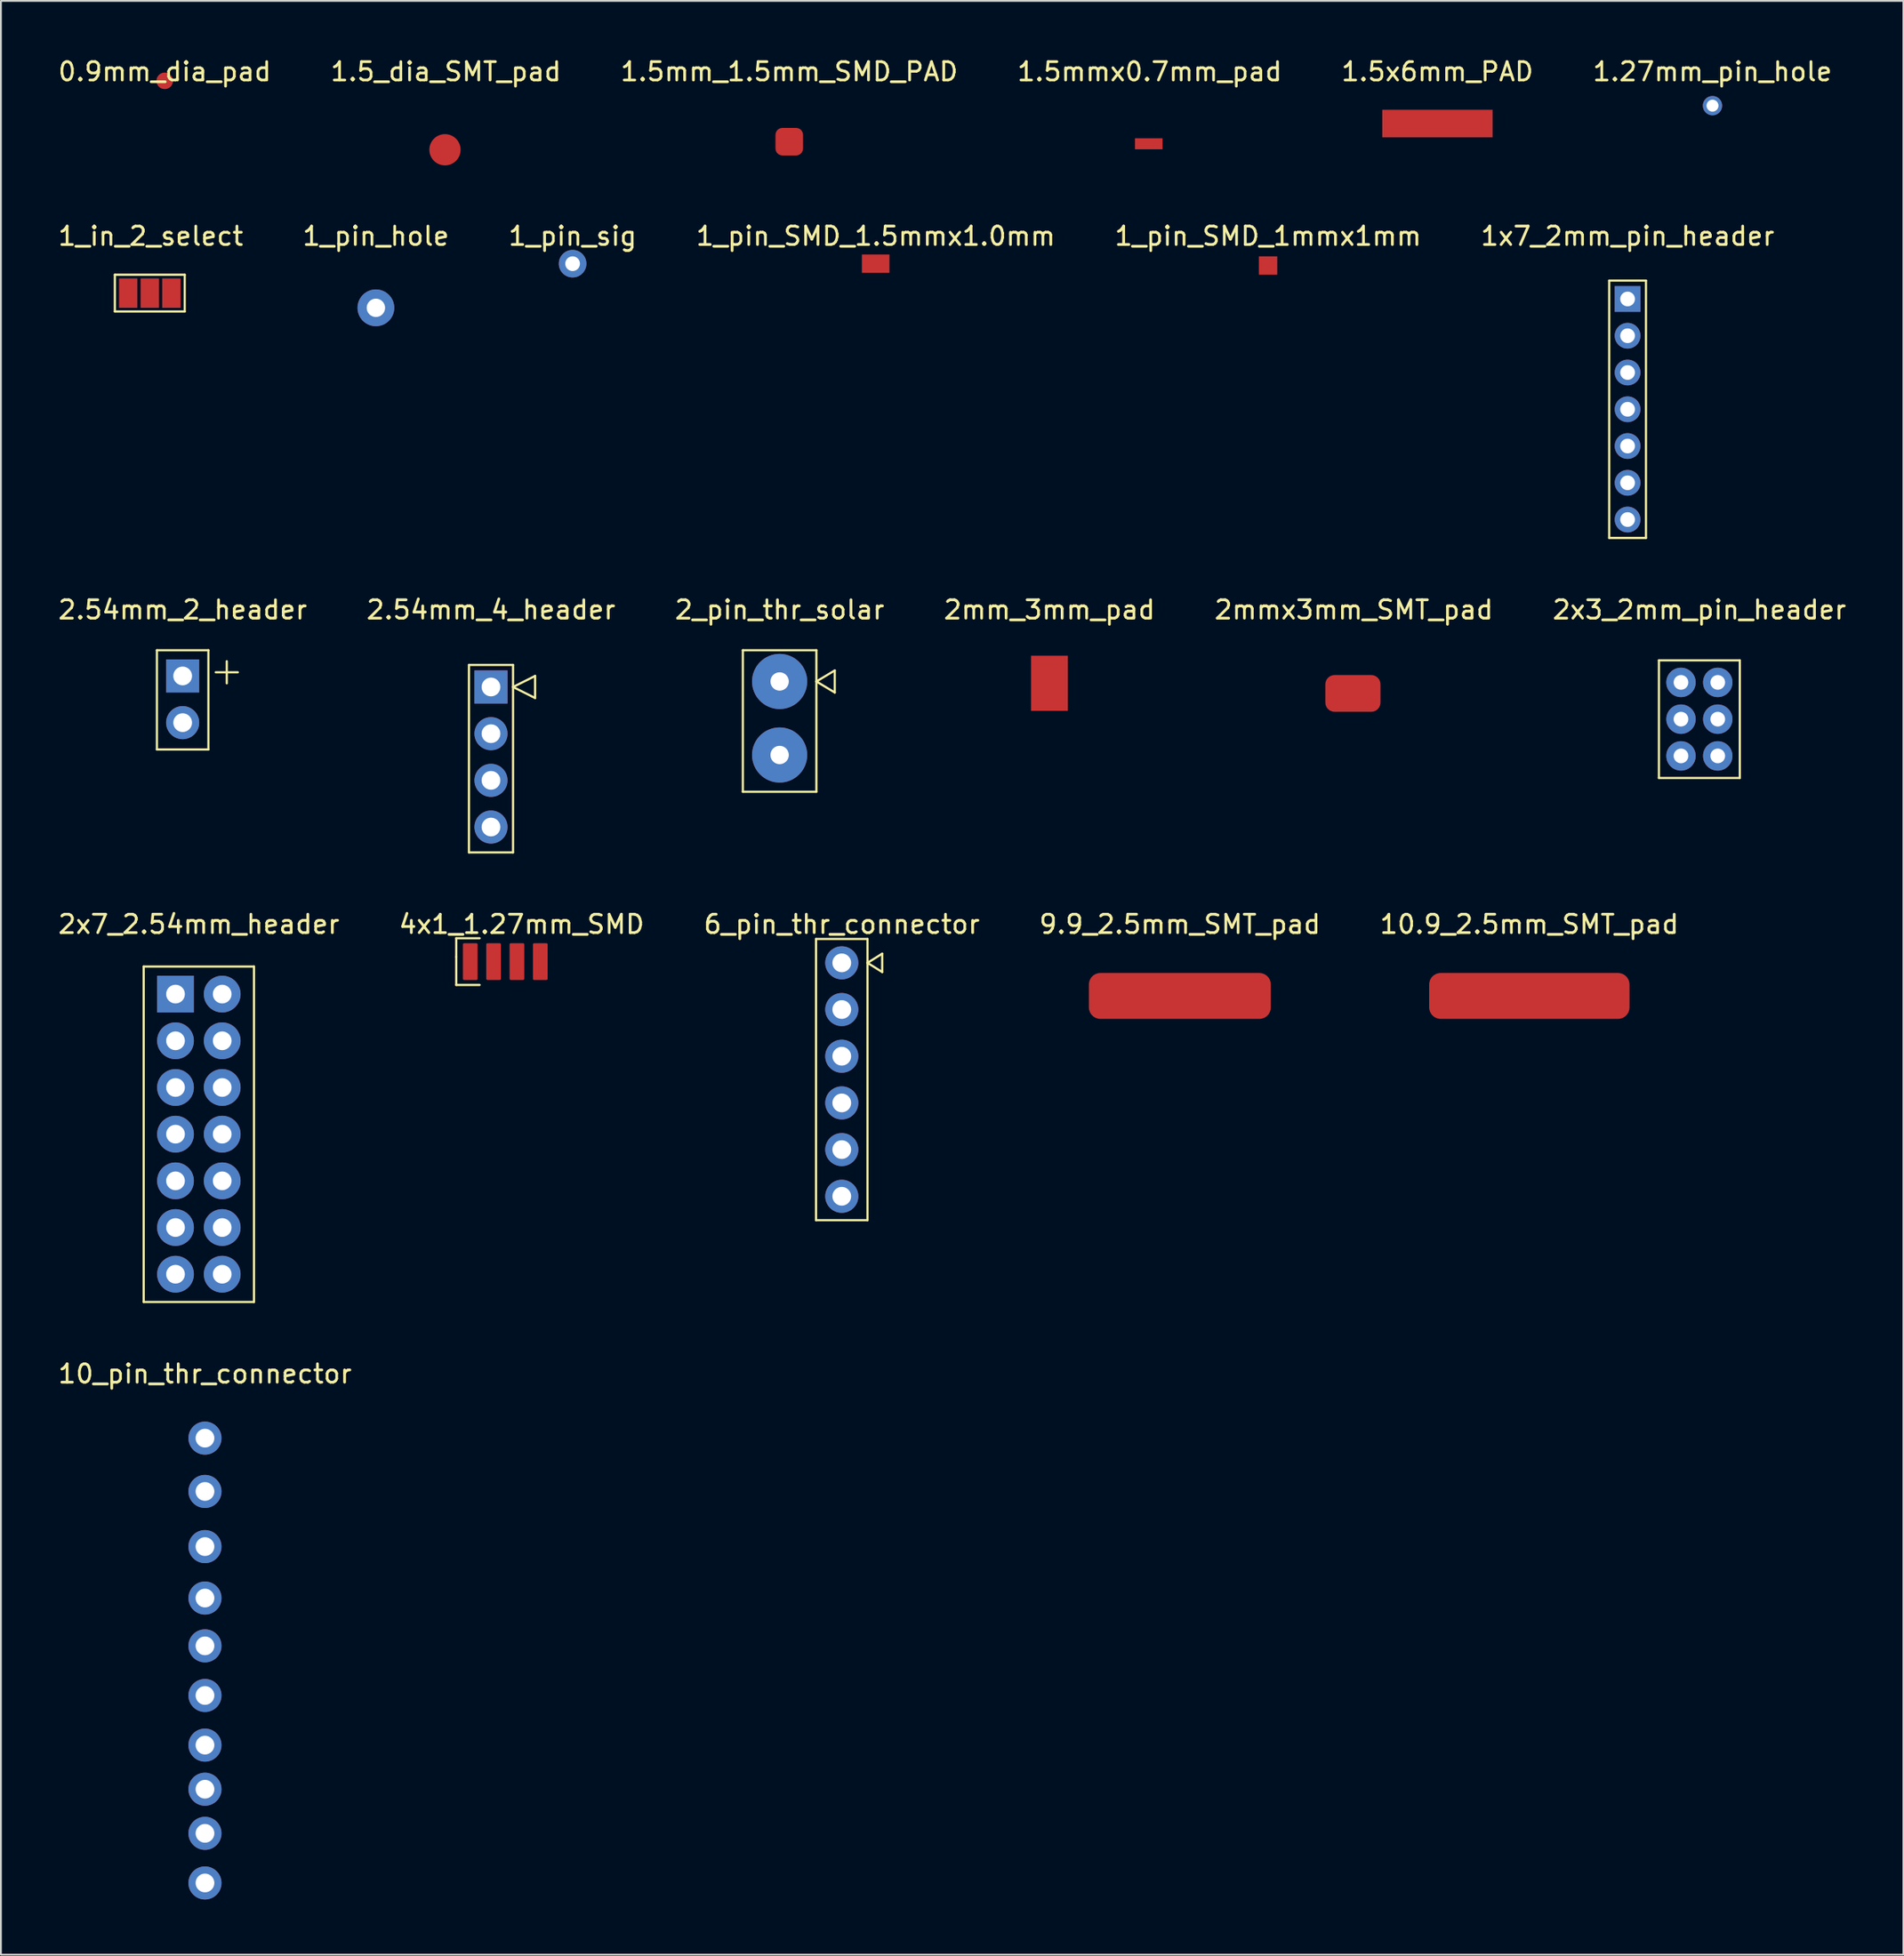
<source format=kicad_pcb>
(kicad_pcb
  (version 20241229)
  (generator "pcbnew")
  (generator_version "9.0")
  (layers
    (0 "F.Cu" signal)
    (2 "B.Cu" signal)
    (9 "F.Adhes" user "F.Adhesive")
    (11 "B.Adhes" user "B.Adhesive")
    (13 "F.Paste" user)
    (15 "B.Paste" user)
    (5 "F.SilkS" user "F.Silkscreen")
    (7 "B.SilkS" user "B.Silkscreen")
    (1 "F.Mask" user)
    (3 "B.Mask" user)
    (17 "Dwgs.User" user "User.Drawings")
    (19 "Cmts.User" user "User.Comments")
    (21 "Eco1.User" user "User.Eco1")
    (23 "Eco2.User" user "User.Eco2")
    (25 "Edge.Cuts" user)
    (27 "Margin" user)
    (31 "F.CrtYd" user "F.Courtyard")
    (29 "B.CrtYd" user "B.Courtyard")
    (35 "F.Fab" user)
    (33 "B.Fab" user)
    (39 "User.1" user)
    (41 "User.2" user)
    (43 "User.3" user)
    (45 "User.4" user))
  (footprint "6_pin_thr_connector"
    (layer "F.Cu")
    (at 42.744 49.333)
    (property "Reference" "6_pin_thr_connector" (at 0 -2.1 0) (layer "F.SilkS") (effects (font (size 1 1) (thickness 0.15))))
    (attr through_hole)
    (fp_line (start -1.4 -1.3) (end 1.4 -1.3) (stroke (width 0.12) (type solid)) (layer "F.SilkS"))
    (fp_line (start -1.4 14) (end -1.4 -1.3) (stroke (width 0.12) (type solid)) (layer "F.SilkS"))
    (fp_line (start 1.4 -1.3) (end 1.4 14) (stroke (width 0.12) (type solid)) (layer "F.SilkS"))
    (fp_line (start 1.4 0) (end 2.2 -0.5) (stroke (width 0.12) (type solid)) (layer "F.SilkS"))
    (fp_line (start 1.4 14) (end -1.4 14) (stroke (width 0.12) (type solid)) (layer "F.SilkS"))
    (fp_line (start 2.2 -0.5) (end 2.2 0.5) (stroke (width 0.12) (type solid)) (layer "F.SilkS"))
    (fp_line (start 2.2 0.5) (end 1.4 0) (stroke (width 0.12) (type solid)) (layer "F.SilkS"))
    (pad "1" thru_hole circle (at 0 0) (size 1.8 1.8) (drill 1.02) (layers "*.Cu" "*.Mask"))
    (pad "2" thru_hole circle (at 0 2.54) (size 1.8 1.8) (drill 1.02) (layers "*.Cu" "*.Mask"))
    (pad "3" thru_hole circle (at 0 5.08) (size 1.8 1.8) (drill 1.02) (layers "*.Cu" "*.Mask"))
    (pad "4" thru_hole circle (at 0 7.62) (size 1.8 1.8) (drill 1.02) (layers "*.Cu" "*.Mask"))
    (pad "5" thru_hole circle (at 0 10.16) (size 1.8 1.8) (drill 1.02) (layers "*.Cu" "*.Mask"))
    (pad "6" thru_hole circle (at 0 12.7) (size 1.8 1.8) (drill 1.02) (layers "*.Cu" "*.Mask")))
  (footprint "1.5mm_1.5mm_SMD_PAD"
    (layer "F.Cu")
    (at 39.887 4.658)
    (property "Reference" "1.5mm_1.5mm_SMD_PAD" (at 0 -3.81 0) (unlocked yes) (layer "F.SilkS") (effects (font (size 1 1) (thickness 0.15))))
    (attr smd)
    (pad "1" smd roundrect (at 0 0) (size 1.5 1.5) (layers "F.Cu" "F.Mask" "F.Paste") (roundrect_rratio 0.25)))
  (footprint "0.9mm_dia_pad"
    (layer "F.Cu")
    (at 5.911 1.348)
    (property "Reference" "0.9mm_dia_pad" (at 0 -0.5 0) (unlocked yes) (layer "F.SilkS") (effects (font (size 1 1) (thickness 0.15))))
    (attr smd)
    (pad "1" smd circle (at 0 0) (size 0.9 0.9) (layers "F.Cu" "F.Mask" "F.Paste")))
  (footprint "10_pin_thr_connector"
    (layer "F.Cu")
    (at 8.101 74.191)
    (property "Reference" "10_pin_thr_connector" (at 0 -2.5 0) (layer "F.SilkS") (effects (font (size 1 1) (thickness 0.15))))
    (attr through_hole)
    (pad "1" thru_hole circle (at 0 1) (size 1.8 1.8) (drill 1.02) (layers "*.Cu" "*.Mask"))
    (pad "2" thru_hole circle (at 0 3.9) (size 1.8 1.8) (drill 1.02) (layers "*.Cu" "*.Mask"))
    (pad "3" thru_hole circle (at 0 6.9) (size 1.8 1.8) (drill 1.02) (layers "*.Cu" "*.Mask"))
    (pad "4" thru_hole circle (at 0 9.7) (size 1.8 1.8) (drill 1.02) (layers "*.Cu" "*.Mask"))
    (pad "5" thru_hole circle (at 0 12.3) (size 1.8 1.8) (drill 1.02) (layers "*.Cu" "*.Mask"))
    (pad "6" thru_hole circle (at 0 15) (size 1.8 1.8) (drill 1.02) (layers "*.Cu" "*.Mask"))
    (pad "7" thru_hole circle (at 0 17.7) (size 1.8 1.8) (drill 1.02) (layers "*.Cu" "*.Mask"))
    (pad "8" thru_hole circle (at 0 20.1) (size 1.8 1.8) (drill 1.02) (layers "*.Cu" "*.Mask"))
    (pad "9" thru_hole circle (at 0 22.5) (size 1.8 1.8) (drill 1.02) (layers "*.Cu" "*.Mask"))
    (pad "10" thru_hole circle (at 0 25.2) (size 1.8 1.8) (drill 1.02) (layers "*.Cu" "*.Mask")))
  (footprint "2mm_3mm_pad"
    (layer "F.Cu")
    (at 54.042 32.125)
    (property "Reference" "2mm_3mm_pad" (at 0 -2 0) (layer "F.SilkS") (effects (font (size 1 1) (thickness 0.15))))
    (attr through_hole)
    (pad "1" smd rect (at 0 2) (size 2 3) (layers "F.Cu" "F.Mask" "F.Paste")))
  (footprint "1_pin_SMD_1mmx1mm"
    (layer "F.Cu")
    (at 65.935 9.296)
    (property "Reference" "1_pin_SMD_1mmx1mm" (at 0 0.5 0) (layer "F.SilkS") (effects (font (size 1 1) (thickness 0.15))))
    (attr through_hole)
    (pad "1" smd rect (at 0 2.1) (size 1 1) (layers "F.Cu" "F.Mask" "F.Paste")))
  (footprint "2x3_2mm_pin_header"
    (layer "F.Cu")
    (at 89.399 32.075)
    (property "Reference" "2x3_2mm_pin_header" (at 0 -1.95 0) (layer "F.SilkS") (effects (font (size 1 1) (thickness 0.15))))
    (attr through_hole)
    (fp_line (start -2.2 0.8) (end 2.2 0.8) (stroke (width 0.12) (type solid)) (layer "F.SilkS"))
    (fp_line (start -2.2 7.2) (end -2.2 0.8) (stroke (width 0.12) (type solid)) (layer "F.SilkS"))
    (fp_line (start 2.2 0.8) (end 2.2 7.2) (stroke (width 0.12) (type solid)) (layer "F.SilkS"))
    (fp_line (start 2.2 7.2) (end -2.2 7.2) (stroke (width 0.12) (type solid)) (layer "F.SilkS"))
    (pad "1" thru_hole circle (at -1 2) (size 1.6 1.6) (drill 0.8) (layers "*.Cu" "*.Mask"))
    (pad "2" thru_hole circle (at -1 4) (size 1.6 1.6) (drill 0.8) (layers "*.Cu" "*.Mask"))
    (pad "3" thru_hole circle (at -1 6) (size 1.6 1.6) (drill 0.8) (layers "*.Cu" "*.Mask"))
    (pad "4" thru_hole circle (at 1 6) (size 1.6 1.6) (drill 0.8) (layers "*.Cu" "*.Mask"))
    (pad "5" thru_hole circle (at 1 4) (size 1.6 1.6) (drill 0.8) (layers "*.Cu" "*.Mask"))
    (pad "6" thru_hole circle (at 1 2) (size 1.6 1.6) (drill 0.8) (layers "*.Cu" "*.Mask")))
  (footprint "1_pin_sig"
    (layer "F.Cu")
    (at 28.101 9.296)
    (property "Reference" "1_pin_sig" (at 0 0.5 0) (layer "F.SilkS") (effects (font (size 1 1) (thickness 0.15))))
    (attr through_hole)
    (pad "1" thru_hole circle (at 0 2) (size 1.5 1.5) (drill 0.8) (layers "*.Cu" "*.Mask")))
  (footprint "1_pin_hole"
    (layer "F.Cu")
    (at 17.399 11.697)
    (property "Reference" "1_pin_hole" (at 0 -1.9 0) (layer "F.SilkS") (effects (font (size 1 1) (thickness 0.15))))
    (attr through_hole)
    (pad "1" thru_hole circle (at 0 2) (size 2 2) (drill 1) (layers "*.Cu" "*.Mask")))
  (footprint "1.5mmx0.7mm_pad"
    (layer "F.Cu")
    (at 59.444 4.773)
    (property "Reference" "1.5mmx0.7mm_pad" (at 0.05 -3.925 0) (unlocked yes) (layer "F.SilkS") (effects (font (size 1 1) (thickness 0.15))))
    (attr smd)
    (pad "1" smd rect (at 0 0) (size 1.5 0.6) (layers "F.Cu" "F.Mask" "F.Paste")))
  (footprint "9.9_2.5mm_SMT_pad"
    (layer "F.Cu")
    (at 61.137 51.133)
    (property "Reference" "9.9_2.5mm_SMT_pad" (at 0 -3.9 0) (unlocked yes) (layer "F.SilkS") (effects (font (size 1 1) (thickness 0.15))))
    (attr smd)
    (pad "1" smd roundrect (at 0 0) (size 9.9 2.5) (layers "F.Cu" "F.Mask" "F.Paste") (roundrect_rratio 0.25)))
  (footprint "2mmx3mm_SMT_pad"
    (layer "F.Cu")
    (at 70.601 30.625)
    (property "Reference" "2mmx3mm_SMT_pad" (at 0 -0.5 0) (unlocked yes) (layer "F.SilkS") (effects (font (size 1 1) (thickness 0.15))))
    (attr smd)
    (pad "1" smd roundrect (at -0.05 4.05) (size 3 2) (layers "F.Cu" "F.Mask" "F.Paste") (roundrect_rratio 0.25)))
  (footprint "1_in_2_select"
    (layer "F.Cu")
    (at 5.099 11.597)
    (property "Reference" "1_in_2_select" (at 0.05 -1.8 0) (layer "F.SilkS") (effects (font (size 1 1) (thickness 0.15))))
    (attr through_hole)
    (fp_line (start -1.9 0.3) (end 1.9 0.3) (stroke (width 0.12) (type solid)) (layer "F.SilkS"))
    (fp_line (start -1.9 2.3) (end -1.9 0.3) (stroke (width 0.12) (type solid)) (layer "F.SilkS"))
    (fp_line (start 1.9 0.3) (end 1.9 2.3) (stroke (width 0.12) (type solid)) (layer "F.SilkS"))
    (fp_line (start 1.9 2.3) (end -1.9 2.3) (stroke (width 0.12) (type solid)) (layer "F.SilkS"))
    (pad "1" smd rect (at -1.175 1.3) (size 1 1.6) (layers "F.Cu" "F.Mask" "F.Paste"))
    (pad "2" smd rect (at 0 1.3) (size 1 1.6) (layers "F.Cu" "F.Mask" "F.Paste"))
    (pad "3" smd rect (at 1.175 1.3) (size 1 1.6) (layers "F.Cu" "F.Mask" "F.Paste")))
  (footprint "1_pin_SMD_1.5mmx1.0mm"
    (layer "F.Cu")
    (at 44.589 9.296)
    (property "Reference" "1_pin_SMD_1.5mmx1.0mm" (at 0 0.5 0) (layer "F.SilkS") (effects (font (size 1 1) (thickness 0.15))))
    (attr through_hole)
    (pad "1" smd rect (at 0 2) (size 1.5 1) (layers "F.Cu" "F.Mask" "F.Paste")))
  (footprint "2_pin_thr_solar"
    (layer "F.Cu")
    (at 39.363 32.025)
    (property "Reference" "2_pin_thr_solar" (at 0 -1.9 0) (layer "F.SilkS") (effects (font (size 1 1) (thickness 0.15))))
    (attr through_hole)
    (fp_line (start -2 0.3) (end -2 8) (stroke (width 0.12) (type solid)) (layer "F.SilkS"))
    (fp_line (start -2 8) (end 2 8) (stroke (width 0.12) (type solid)) (layer "F.SilkS"))
    (fp_line (start 2 0.3) (end -2 0.3) (stroke (width 0.12) (type solid)) (layer "F.SilkS"))
    (fp_line (start 2 2) (end 3 1.4) (stroke (width 0.12) (type solid)) (layer "F.SilkS"))
    (fp_line (start 2 8) (end 2 0.3) (stroke (width 0.12) (type solid)) (layer "F.SilkS"))
    (fp_line (start 3 1.4) (end 3 2.6) (stroke (width 0.12) (type solid)) (layer "F.SilkS"))
    (fp_line (start 3 2.6) (end 2 2) (stroke (width 0.12) (type solid)) (layer "F.SilkS"))
    (pad "1" thru_hole circle (at 0 2) (size 3 3) (drill 1) (layers "*.Cu" "*.Mask"))
    (pad "2" thru_hole circle (at 0 6) (size 3 3) (drill 1) (layers "*.Cu" "*.Mask")))
  (footprint "10.9_2.5mm_SMT_pad"
    (layer "F.Cu")
    (at 80.149 51.133)
    (property "Reference" "10.9_2.5mm_SMT_pad" (at 0 -3.9 0) (unlocked yes) (layer "F.SilkS") (effects (font (size 1 1) (thickness 0.15))))
    (attr smd)
    (pad "1" smd roundrect (at 0 0) (size 10.9 2.5) (layers "F.Cu" "F.Mask" "F.Paste") (roundrect_rratio 0.25)))
  (footprint "2.54mm_2_header"
    (layer "F.Cu")
    (at 6.887 31.725)
    (property "Reference" "2.54mm_2_header" (at 0 -1.6 0) (layer "F.SilkS") (effects (font (size 1 1) (thickness 0.15))))
    (attr through_hole)
    (fp_line (start -1.4 0.6) (end -1.4 6) (stroke (width 0.12) (type solid)) (layer "F.SilkS"))
    (fp_line (start -1.4 0.6) (end 1.4 0.6) (stroke (width 0.12) (type solid)) (layer "F.SilkS"))
    (fp_line (start 1.4 0.6) (end 1.4 6) (stroke (width 0.12) (type solid)) (layer "F.SilkS"))
    (fp_line (start 1.4 6) (end -1.4 6) (stroke (width 0.12) (type solid)) (layer "F.SilkS"))
    (fp_line (start 1.8 1.8) (end 3 1.8) (stroke (width 0.12) (type solid)) (layer "F.SilkS"))
    (fp_line (start 2.4 1.2) (end 2.4 2.4) (stroke (width 0.12) (type solid)) (layer "F.SilkS"))
    (pad "1" thru_hole rect (at 0 2) (size 1.8 1.8) (drill 1.02) (layers "*.Cu" "*.Mask"))
    (pad "2" thru_hole circle (at 0 4.54) (size 1.8 1.8) (drill 1.02) (layers "*.Cu" "*.Mask")))
  (footprint "1x7_2mm_pin_header"
    (layer "F.Cu")
    (at 85.494 11.716)
    (property "Reference" "1x7_2mm_pin_header" (at 0 -1.92 0) (layer "F.SilkS") (effects (font (size 1 1) (thickness 0.15))))
    (attr through_hole)
    (fp_line (start -1 0.5) (end 1 0.5) (stroke (width 0.12) (type solid)) (layer "F.SilkS"))
    (fp_line (start -1 14.5) (end -1 0.5) (stroke (width 0.12) (type solid)) (layer "F.SilkS"))
    (fp_line (start 1 0.5) (end 1 14.5) (stroke (width 0.12) (type solid)) (layer "F.SilkS"))
    (fp_line (start 1 14.5) (end -1 14.5) (stroke (width 0.12) (type solid)) (layer "F.SilkS"))
    (pad "1" thru_hole rect (at 0 1.5) (size 1.4 1.4) (drill 0.8) (layers "*.Cu" "*.Mask"))
    (pad "2" thru_hole circle (at 0 3.5) (size 1.4 1.4) (drill 0.8) (layers "*.Cu" "*.Mask"))
    (pad "3" thru_hole circle (at 0 5.5) (size 1.4 1.4) (drill 0.8) (layers "*.Cu" "*.Mask"))
    (pad "4" thru_hole circle (at 0 7.5) (size 1.4 1.4) (drill 0.8) (layers "*.Cu" "*.Mask"))
    (pad "5" thru_hole circle (at 0 9.5) (size 1.4 1.4) (drill 0.8) (layers "*.Cu" "*.Mask"))
    (pad "6" thru_hole circle (at 0 11.5) (size 1.4 1.4) (drill 0.8) (layers "*.Cu" "*.Mask"))
    (pad "7" thru_hole circle (at 0 13.5) (size 1.4 1.4) (drill 0.8) (layers "*.Cu" "*.Mask")))
  (footprint "1.5_dia_SMT_pad"
    (layer "F.Cu")
    (at 21.158 5.098)
    (property "Reference" "1.5_dia_SMT_pad" (at 0.05 -4.25 0) (unlocked yes) (layer "F.SilkS") (effects (font (size 1 1) (thickness 0.15))))
    (attr smd)
    (pad "1" smd circle (at 0 0) (size 1.7 1.7) (layers "F.Cu" "F.Mask" "F.Paste")))
  (footprint "4x1_1.27mm_SMD"
    (layer "F.Cu")
    (at 25.073 47.995)
    (property "Reference" "4x1_1.27mm_SMD" (at 0.254 -0.762 0) (unlocked yes) (layer "F.SilkS") (effects (font (size 1 1) (thickness 0.15))))
    (attr smd)
    (fp_line (start -3.302 0) (end -3.302 1.016) (stroke (width 0.12) (type solid)) (layer "F.SilkS"))
    (fp_line (start -3.302 1.016) (end -3.302 2.54) (stroke (width 0.12) (type solid)) (layer "F.SilkS"))
    (fp_line (start -3.302 2.54) (end -2.032 2.54) (stroke (width 0.12) (type solid)) (layer "F.SilkS"))
    (fp_line (start -2.032 0) (end -3.302 0) (stroke (width 0.12) (type solid)) (layer "F.SilkS"))
    (pad "1" smd roundrect (at -2.54 1.27) (size 0.8 2) (layers "F.Cu" "F.Mask" "F.Paste") (roundrect_rratio 0.083))
    (pad "2" smd roundrect (at -1.27 1.27) (size 0.8 2) (layers "F.Cu" "F.Mask" "F.Paste") (roundrect_rratio 0.083))
    (pad "3" smd roundrect (at 0 1.27) (size 0.8 2) (layers "F.Cu" "F.Mask" "F.Paste") (roundrect_rratio 0.083))
    (pad "4" smd roundrect (at 1.27 1.27) (size 0.8 2) (layers "F.Cu" "F.Mask" "F.Paste") (roundrect_rratio 0.083)))
  (footprint "2.54mm_4_header"
    (layer "F.Cu")
    (at 23.661 32.325)
    (property "Reference" "2.54mm_4_header" (at 0 -2.2 0) (layer "F.SilkS") (effects (font (size 1 1) (thickness 0.15))))
    (attr through_hole)
    (fp_line (start -1.2 0.8) (end 1.2 0.8) (stroke (width 0.12) (type solid)) (layer "F.SilkS"))
    (fp_line (start -1.2 11) (end -1.2 0.8) (stroke (width 0.12) (type solid)) (layer "F.SilkS"))
    (fp_line (start 1.2 0.8) (end 1.2 11) (stroke (width 0.12) (type solid)) (layer "F.SilkS"))
    (fp_line (start 1.2 2) (end 2.4 1.4) (stroke (width 0.12) (type solid)) (layer "F.SilkS"))
    (fp_line (start 1.2 11) (end -1.2 11) (stroke (width 0.12) (type solid)) (layer "F.SilkS"))
    (fp_line (start 2.4 1.4) (end 2.4 2.6) (stroke (width 0.12) (type solid)) (layer "F.SilkS"))
    (fp_line (start 2.4 2.6) (end 1.2 2) (stroke (width 0.12) (type solid)) (layer "F.SilkS"))
    (pad "1" thru_hole rect (at 0 2) (size 1.8 1.8) (drill 1.02) (layers "*.Cu" "*.Mask"))
    (pad "2" thru_hole circle (at 0 4.54) (size 1.8 1.8) (drill 1.02) (layers "*.Cu" "*.Mask"))
    (pad "3" thru_hole circle (at 0 7.08) (size 1.8 1.8) (drill 1.02) (layers "*.Cu" "*.Mask"))
    (pad "4" thru_hole circle (at 0 9.62) (size 1.8 1.8) (drill 1.02) (layers "*.Cu" "*.Mask")))
  (footprint "2x7_2.54mm_header"
    (layer "F.Cu")
    (at 7.768 49.033)
    (property "Reference" "2x7_2.54mm_header" (at 0 -1.8 0) (layer "F.SilkS") (effects (font (size 1 1) (thickness 0.15))))
    (attr through_hole)
    (fp_line (start -3 0.5) (end 3 0.5) (stroke (width 0.12) (type solid)) (layer "F.SilkS"))
    (fp_line (start -3 18.75) (end -3 0.5) (stroke (width 0.12) (type solid)) (layer "F.SilkS"))
    (fp_line (start 3 0.5) (end 3 18.75) (stroke (width 0.12) (type solid)) (layer "F.SilkS"))
    (fp_line (start 3 18.75) (end -3 18.75) (stroke (width 0.12) (type solid)) (layer "F.SilkS"))
    (pad "1" thru_hole rect (at -1.27 2) (size 2 2) (drill 1.02) (layers "*.Cu" "*.Mask"))
    (pad "2" thru_hole circle (at 1.27 2) (size 2 2) (drill 1.02) (layers "*.Cu" "*.Mask"))
    (pad "3" thru_hole circle (at -1.27 4.54) (size 2 2) (drill 1.02) (layers "*.Cu" "*.Mask"))
    (pad "4" thru_hole circle (at 1.27 4.54) (size 2 2) (drill 1.02) (layers "*.Cu" "*.Mask"))
    (pad "5" thru_hole circle (at -1.27 7.08) (size 2 2) (drill 1.02) (layers "*.Cu" "*.Mask"))
    (pad "6" thru_hole circle (at 1.27 7.08) (size 2 2) (drill 1.02) (layers "*.Cu" "*.Mask"))
    (pad "7" thru_hole circle (at -1.27 9.62) (size 2 2) (drill 1.02) (layers "*.Cu" "*.Mask"))
    (pad "8" thru_hole circle (at 1.27 9.62) (size 2 2) (drill 1.02) (layers "*.Cu" "*.Mask"))
    (pad "9" thru_hole circle (at -1.27 12.16) (size 2 2) (drill 1.02) (layers "*.Cu" "*.Mask"))
    (pad "10" thru_hole circle (at 1.27 12.16) (size 2 2) (drill 1.02) (layers "*.Cu" "*.Mask"))
    (pad "11" thru_hole circle (at -1.27 14.7) (size 2 2) (drill 1.02) (layers "*.Cu" "*.Mask"))
    (pad "12" thru_hole circle (at 1.27 14.7) (size 2 2) (drill 1.02) (layers "*.Cu" "*.Mask"))
    (pad "13" thru_hole circle (at -1.27 17.24) (size 2 2) (drill 1.02) (layers "*.Cu" "*.Mask"))
    (pad "14" thru_hole circle (at 1.27 17.24) (size 2 2) (drill 1.02) (layers "*.Cu" "*.Mask")))
  (footprint "1.5x6mm_PAD"
    (layer "F.Cu")
    (at 75.149 3.673)
    (property "Reference" "1.5x6mm_PAD" (at 0 -2.825 0) (unlocked yes) (layer "F.SilkS") (effects (font (size 1 1) (thickness 0.15))))
    (attr smd)
    (pad "1" smd rect (at 0 0) (size 6 1.5) (layers "F.Cu" "F.Mask" "F.Paste")))
  (footprint "1.27mm_pin_hole"
    (layer "F.Cu")
    (at 90.113 2.698)
    (property "Reference" "1.27mm_pin_hole" (at 0 -1.85 0) (layer "F.SilkS") (effects (font (size 1 1) (thickness 0.15))))
    (attr through_hole)
    (pad "1" thru_hole circle (at 0 0) (size 1.05 1.05) (drill 0.65) (layers "*.Cu" "*.Mask")))
  (gr_rect
    (start -3 -3)
    (end 100.5 103.291)
    (stroke (width 0.1) (type default))
    (fill no)
    (layer "Edge.Cuts")))
</source>
